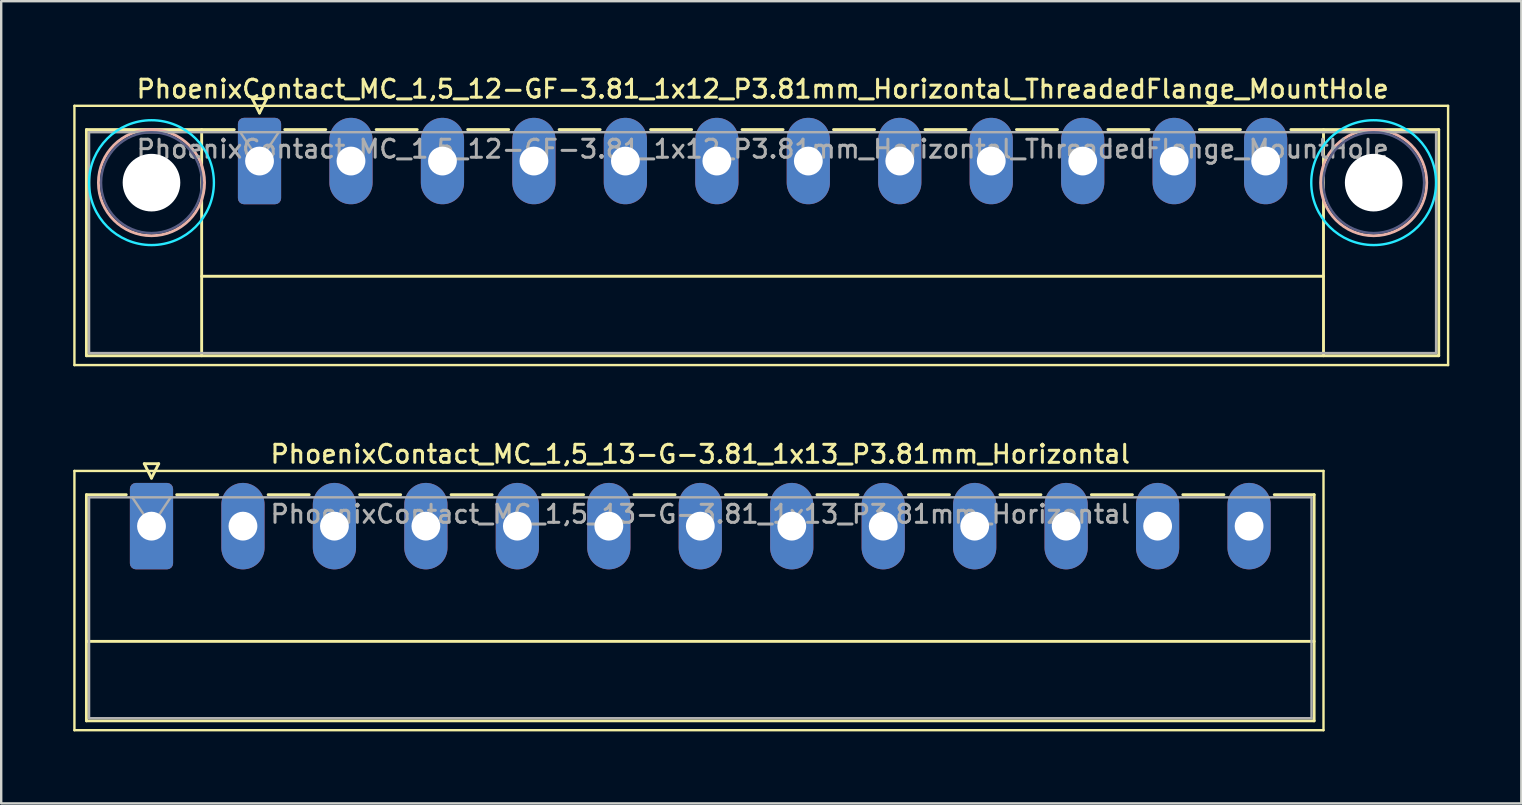
<source format=kicad_pcb>
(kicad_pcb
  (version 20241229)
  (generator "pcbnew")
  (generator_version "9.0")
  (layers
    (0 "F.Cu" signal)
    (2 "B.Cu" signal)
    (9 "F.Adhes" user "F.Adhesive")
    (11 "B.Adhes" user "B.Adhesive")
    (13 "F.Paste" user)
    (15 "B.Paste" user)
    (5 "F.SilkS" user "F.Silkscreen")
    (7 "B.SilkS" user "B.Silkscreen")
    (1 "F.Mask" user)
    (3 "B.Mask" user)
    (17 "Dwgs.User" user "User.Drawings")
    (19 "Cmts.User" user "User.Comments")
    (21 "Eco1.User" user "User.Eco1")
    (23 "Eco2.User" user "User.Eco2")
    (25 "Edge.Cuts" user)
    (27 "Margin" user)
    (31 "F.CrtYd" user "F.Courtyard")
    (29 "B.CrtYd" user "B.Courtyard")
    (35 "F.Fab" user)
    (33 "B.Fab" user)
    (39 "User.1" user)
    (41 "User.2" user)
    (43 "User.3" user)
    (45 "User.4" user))
  (footprint "PhoenixContact_MC_1,5_13-G-3.81_1x13_P3.81mm_Horizontal"
    (layer "F.Cu")
    (at 3.26 18.866)
    (property "Reference" "PhoenixContact_MC_1,5_13-G-3.81_1x13_P3.81mm_Horizontal" (at 22.86 -3 0) (layer "F.SilkS") (effects (font (size 0.75 0.75) (thickness 0.125))))
    (attr through_hole)
    (fp_line (start -3.21 -2.3) (end -3.21 8.5) (stroke (width 0.1) (type solid)) (layer "F.SilkS"))
    (fp_line (start -3.21 8.5) (end 48.82 8.5) (stroke (width 0.1) (type solid)) (layer "F.SilkS"))
    (fp_line (start -2.71 -1.31) (end -2.71 8.11) (stroke (width 0.12) (type solid)) (layer "F.SilkS"))
    (fp_line (start -2.71 -1.31) (end -1.05 -1.31) (stroke (width 0.12) (type solid)) (layer "F.SilkS"))
    (fp_line (start -2.71 4.8) (end 48.43 4.8) (stroke (width 0.12) (type solid)) (layer "F.SilkS"))
    (fp_line (start -2.71 8.11) (end 48.43 8.11) (stroke (width 0.12) (type solid)) (layer "F.SilkS"))
    (fp_line (start -0.3 -2.6) (end 0.3 -2.6) (stroke (width 0.12) (type solid)) (layer "F.SilkS"))
    (fp_line (start 0 -2) (end -0.3 -2.6) (stroke (width 0.12) (type solid)) (layer "F.SilkS"))
    (fp_line (start 0.3 -2.6) (end 0 -2) (stroke (width 0.12) (type solid)) (layer "F.SilkS"))
    (fp_line (start 1.05 -1.31) (end 2.76 -1.31) (stroke (width 0.12) (type solid)) (layer "F.SilkS"))
    (fp_line (start 4.86 -1.31) (end 6.57 -1.31) (stroke (width 0.12) (type solid)) (layer "F.SilkS"))
    (fp_line (start 8.67 -1.31) (end 10.38 -1.31) (stroke (width 0.12) (type solid)) (layer "F.SilkS"))
    (fp_line (start 12.48 -1.31) (end 14.19 -1.31) (stroke (width 0.12) (type solid)) (layer "F.SilkS"))
    (fp_line (start 16.29 -1.31) (end 18 -1.31) (stroke (width 0.12) (type solid)) (layer "F.SilkS"))
    (fp_line (start 20.1 -1.31) (end 21.81 -1.31) (stroke (width 0.12) (type solid)) (layer "F.SilkS"))
    (fp_line (start 23.91 -1.31) (end 25.62 -1.31) (stroke (width 0.12) (type solid)) (layer "F.SilkS"))
    (fp_line (start 27.72 -1.31) (end 29.43 -1.31) (stroke (width 0.12) (type solid)) (layer "F.SilkS"))
    (fp_line (start 31.53 -1.31) (end 33.24 -1.31) (stroke (width 0.12) (type solid)) (layer "F.SilkS"))
    (fp_line (start 35.34 -1.31) (end 37.05 -1.31) (stroke (width 0.12) (type solid)) (layer "F.SilkS"))
    (fp_line (start 39.15 -1.31) (end 40.86 -1.31) (stroke (width 0.12) (type solid)) (layer "F.SilkS"))
    (fp_line (start 42.96 -1.31) (end 44.67 -1.31) (stroke (width 0.12) (type solid)) (layer "F.SilkS"))
    (fp_line (start 48.43 -1.31) (end 46.77 -1.31) (stroke (width 0.12) (type solid)) (layer "F.SilkS"))
    (fp_line (start 48.43 8.11) (end 48.43 -1.31) (stroke (width 0.12) (type solid)) (layer "F.SilkS"))
    (fp_line (start 48.82 -2.3) (end -3.21 -2.3) (stroke (width 0.1) (type solid)) (layer "F.SilkS"))
    (fp_line (start 48.82 8.5) (end 48.82 -2.3) (stroke (width 0.1) (type solid)) (layer "F.SilkS"))
    (fp_line (start -2.6 -1.2) (end -2.6 8) (stroke (width 0.1) (type solid)) (layer "F.Fab"))
    (fp_line (start -2.6 8) (end 48.32 8) (stroke (width 0.1) (type solid)) (layer "F.Fab"))
    (fp_line (start 0 0) (end -0.8 -1.2) (stroke (width 0.1) (type solid)) (layer "F.Fab"))
    (fp_line (start 0.8 -1.2) (end 0 0) (stroke (width 0.1) (type solid)) (layer "F.Fab"))
    (fp_line (start 48.32 -1.2) (end -2.6 -1.2) (stroke (width 0.1) (type solid)) (layer "F.Fab"))
    (fp_line (start 48.32 8) (end 48.32 -1.2) (stroke (width 0.1) (type solid)) (layer "F.Fab"))
    (fp_text user "${REFERENCE}" (at 22.86 -0.5 0) (layer "F.Fab") (effects (font (size 0.75 0.75) (thickness 0.125))))
    (pad "1" thru_hole roundrect (at 0 0) (size 1.8 3.6) (drill 1.2) (layers "*.Cu" "*.Mask") (roundrect_rratio 0.139))
    (pad "2" thru_hole oval (at 3.81 0) (size 1.8 3.6) (drill 1.2) (layers "*.Cu" "*.Mask"))
    (pad "3" thru_hole oval (at 7.62 0) (size 1.8 3.6) (drill 1.2) (layers "*.Cu" "*.Mask"))
    (pad "4" thru_hole oval (at 11.43 0) (size 1.8 3.6) (drill 1.2) (layers "*.Cu" "*.Mask"))
    (pad "5" thru_hole oval (at 15.24 0) (size 1.8 3.6) (drill 1.2) (layers "*.Cu" "*.Mask"))
    (pad "6" thru_hole oval (at 19.05 0) (size 1.8 3.6) (drill 1.2) (layers "*.Cu" "*.Mask"))
    (pad "7" thru_hole oval (at 22.86 0) (size 1.8 3.6) (drill 1.2) (layers "*.Cu" "*.Mask"))
    (pad "8" thru_hole oval (at 26.67 0) (size 1.8 3.6) (drill 1.2) (layers "*.Cu" "*.Mask"))
    (pad "9" thru_hole oval (at 30.48 0) (size 1.8 3.6) (drill 1.2) (layers "*.Cu" "*.Mask"))
    (pad "10" thru_hole oval (at 34.29 0) (size 1.8 3.6) (drill 1.2) (layers "*.Cu" "*.Mask"))
    (pad "11" thru_hole oval (at 38.1 0) (size 1.8 3.6) (drill 1.2) (layers "*.Cu" "*.Mask"))
    (pad "12" thru_hole oval (at 41.91 0) (size 1.8 3.6) (drill 1.2) (layers "*.Cu" "*.Mask"))
    (pad "13" thru_hole oval (at 45.72 0) (size 1.8 3.6) (drill 1.2) (layers "*.Cu" "*.Mask")))
  (footprint "PhoenixContact_MC_1,5_12-GF-3.81_1x12_P3.81mm_Horizontal_ThreadedFlange_MountHole"
    (layer "F.Cu")
    (at 7.76 3.658)
    (property "Reference" "PhoenixContact_MC_1,5_12-GF-3.81_1x12_P3.81mm_Horizontal_ThreadedFlange_MountHole" (at 20.96 -3 0) (layer "F.SilkS") (effects (font (size 0.75 0.75) (thickness 0.125))))
    (attr through_hole)
    (fp_line (start -7.71 -2.3) (end -7.71 8.5) (stroke (width 0.1) (type solid)) (layer "F.SilkS"))
    (fp_line (start -7.71 8.5) (end 49.51 8.5) (stroke (width 0.1) (type solid)) (layer "F.SilkS"))
    (fp_line (start -7.21 -1.31) (end -7.21 8.11) (stroke (width 0.12) (type solid)) (layer "F.SilkS"))
    (fp_line (start -7.21 -1.31) (end -1.05 -1.31) (stroke (width 0.12) (type solid)) (layer "F.SilkS"))
    (fp_line (start -7.21 8.11) (end 49.12 8.11) (stroke (width 0.12) (type solid)) (layer "F.SilkS"))
    (fp_line (start -2.41 -1.31) (end -2.41 8.11) (stroke (width 0.12) (type solid)) (layer "F.SilkS"))
    (fp_line (start -2.41 4.8) (end 44.32 4.8) (stroke (width 0.12) (type solid)) (layer "F.SilkS"))
    (fp_line (start -0.3 -2.6) (end 0.3 -2.6) (stroke (width 0.12) (type solid)) (layer "F.SilkS"))
    (fp_line (start 0 -2) (end -0.3 -2.6) (stroke (width 0.12) (type solid)) (layer "F.SilkS"))
    (fp_line (start 0.3 -2.6) (end 0 -2) (stroke (width 0.12) (type solid)) (layer "F.SilkS"))
    (fp_line (start 1.05 -1.31) (end 2.76 -1.31) (stroke (width 0.12) (type solid)) (layer "F.SilkS"))
    (fp_line (start 4.86 -1.31) (end 6.57 -1.31) (stroke (width 0.12) (type solid)) (layer "F.SilkS"))
    (fp_line (start 8.67 -1.31) (end 10.38 -1.31) (stroke (width 0.12) (type solid)) (layer "F.SilkS"))
    (fp_line (start 12.48 -1.31) (end 14.19 -1.31) (stroke (width 0.12) (type solid)) (layer "F.SilkS"))
    (fp_line (start 16.29 -1.31) (end 18 -1.31) (stroke (width 0.12) (type solid)) (layer "F.SilkS"))
    (fp_line (start 20.1 -1.31) (end 21.81 -1.31) (stroke (width 0.12) (type solid)) (layer "F.SilkS"))
    (fp_line (start 23.91 -1.31) (end 25.62 -1.31) (stroke (width 0.12) (type solid)) (layer "F.SilkS"))
    (fp_line (start 27.72 -1.31) (end 29.43 -1.31) (stroke (width 0.12) (type solid)) (layer "F.SilkS"))
    (fp_line (start 31.53 -1.31) (end 33.24 -1.31) (stroke (width 0.12) (type solid)) (layer "F.SilkS"))
    (fp_line (start 35.34 -1.31) (end 37.05 -1.31) (stroke (width 0.12) (type solid)) (layer "F.SilkS"))
    (fp_line (start 39.15 -1.31) (end 40.86 -1.31) (stroke (width 0.12) (type solid)) (layer "F.SilkS"))
    (fp_line (start 44.32 -1.31) (end 44.32 8.11) (stroke (width 0.12) (type solid)) (layer "F.SilkS"))
    (fp_line (start 49.12 -1.31) (end 42.96 -1.31) (stroke (width 0.12) (type solid)) (layer "F.SilkS"))
    (fp_line (start 49.12 8.11) (end 49.12 -1.31) (stroke (width 0.12) (type solid)) (layer "F.SilkS"))
    (fp_line (start 49.51 -2.3) (end -7.71 -2.3) (stroke (width 0.1) (type solid)) (layer "F.SilkS"))
    (fp_line (start 49.51 8.5) (end 49.51 -2.3) (stroke (width 0.1) (type solid)) (layer "F.SilkS"))
    (fp_circle (center -4.5 0.9) (end -2.29 0.9) (stroke (width 0.12) (type solid)) (fill no) (layer "B.SilkS"))
    (fp_circle (center 46.41 0.9) (end 48.62 0.9) (stroke (width 0.12) (type solid)) (fill no) (layer "B.SilkS"))
    (fp_circle (center -4.5 0.9) (end -1.9 0.9) (stroke (width 0.1) (type solid)) (fill no) (layer "B.CrtYd"))
    (fp_circle (center 46.41 0.9) (end 49.01 0.9) (stroke (width 0.1) (type solid)) (fill no) (layer "B.CrtYd"))
    (fp_circle (center -4.5 0.9) (end -2.4 0.9) (stroke (width 0.1) (type solid)) (fill no) (layer "B.Fab"))
    (fp_circle (center 46.41 0.9) (end 48.51 0.9) (stroke (width 0.1) (type solid)) (fill no) (layer "B.Fab"))
    (fp_line (start -7.1 -1.2) (end -7.1 8) (stroke (width 0.1) (type solid)) (layer "F.Fab"))
    (fp_line (start -7.1 8) (end 49.01 8) (stroke (width 0.1) (type solid)) (layer "F.Fab"))
    (fp_line (start 0 0) (end -0.8 -1.2) (stroke (width 0.1) (type solid)) (layer "F.Fab"))
    (fp_line (start 0.8 -1.2) (end 0 0) (stroke (width 0.1) (type solid)) (layer "F.Fab"))
    (fp_line (start 49.01 -1.2) (end -7.1 -1.2) (stroke (width 0.1) (type solid)) (layer "F.Fab"))
    (fp_line (start 49.01 8) (end 49.01 -1.2) (stroke (width 0.1) (type solid)) (layer "F.Fab"))
    (fp_text user "${REFERENCE}" (at 20.96 -0.5 0) (layer "F.Fab") (effects (font (size 0.75 0.75) (thickness 0.125))))
    (pad "" np_thru_hole circle (at -4.5 0.9) (size 2.4 2.4) (drill 2.4) (layers "*.Cu" "*.Mask"))
    (pad "" np_thru_hole circle (at 46.41 0.9) (size 2.4 2.4) (drill 2.4) (layers "*.Cu" "*.Mask"))
    (pad "1" thru_hole roundrect (at 0 0) (size 1.8 3.6) (drill 1.2) (layers "*.Cu" "*.Mask") (roundrect_rratio 0.139))
    (pad "2" thru_hole oval (at 3.81 0) (size 1.8 3.6) (drill 1.2) (layers "*.Cu" "*.Mask"))
    (pad "3" thru_hole oval (at 7.62 0) (size 1.8 3.6) (drill 1.2) (layers "*.Cu" "*.Mask"))
    (pad "4" thru_hole oval (at 11.43 0) (size 1.8 3.6) (drill 1.2) (layers "*.Cu" "*.Mask"))
    (pad "5" thru_hole oval (at 15.24 0) (size 1.8 3.6) (drill 1.2) (layers "*.Cu" "*.Mask"))
    (pad "6" thru_hole oval (at 19.05 0) (size 1.8 3.6) (drill 1.2) (layers "*.Cu" "*.Mask"))
    (pad "7" thru_hole oval (at 22.86 0) (size 1.8 3.6) (drill 1.2) (layers "*.Cu" "*.Mask"))
    (pad "8" thru_hole oval (at 26.67 0) (size 1.8 3.6) (drill 1.2) (layers "*.Cu" "*.Mask"))
    (pad "9" thru_hole oval (at 30.48 0) (size 1.8 3.6) (drill 1.2) (layers "*.Cu" "*.Mask"))
    (pad "10" thru_hole oval (at 34.29 0) (size 1.8 3.6) (drill 1.2) (layers "*.Cu" "*.Mask"))
    (pad "11" thru_hole oval (at 38.1 0) (size 1.8 3.6) (drill 1.2) (layers "*.Cu" "*.Mask"))
    (pad "12" thru_hole oval (at 41.91 0) (size 1.8 3.6) (drill 1.2) (layers "*.Cu" "*.Mask")))
  (gr_rect
    (start -3 -3)
    (end 60.32 30.416)
    (stroke (width 0.1) (type default))
    (fill no)
    (layer "Edge.Cuts")))
</source>
